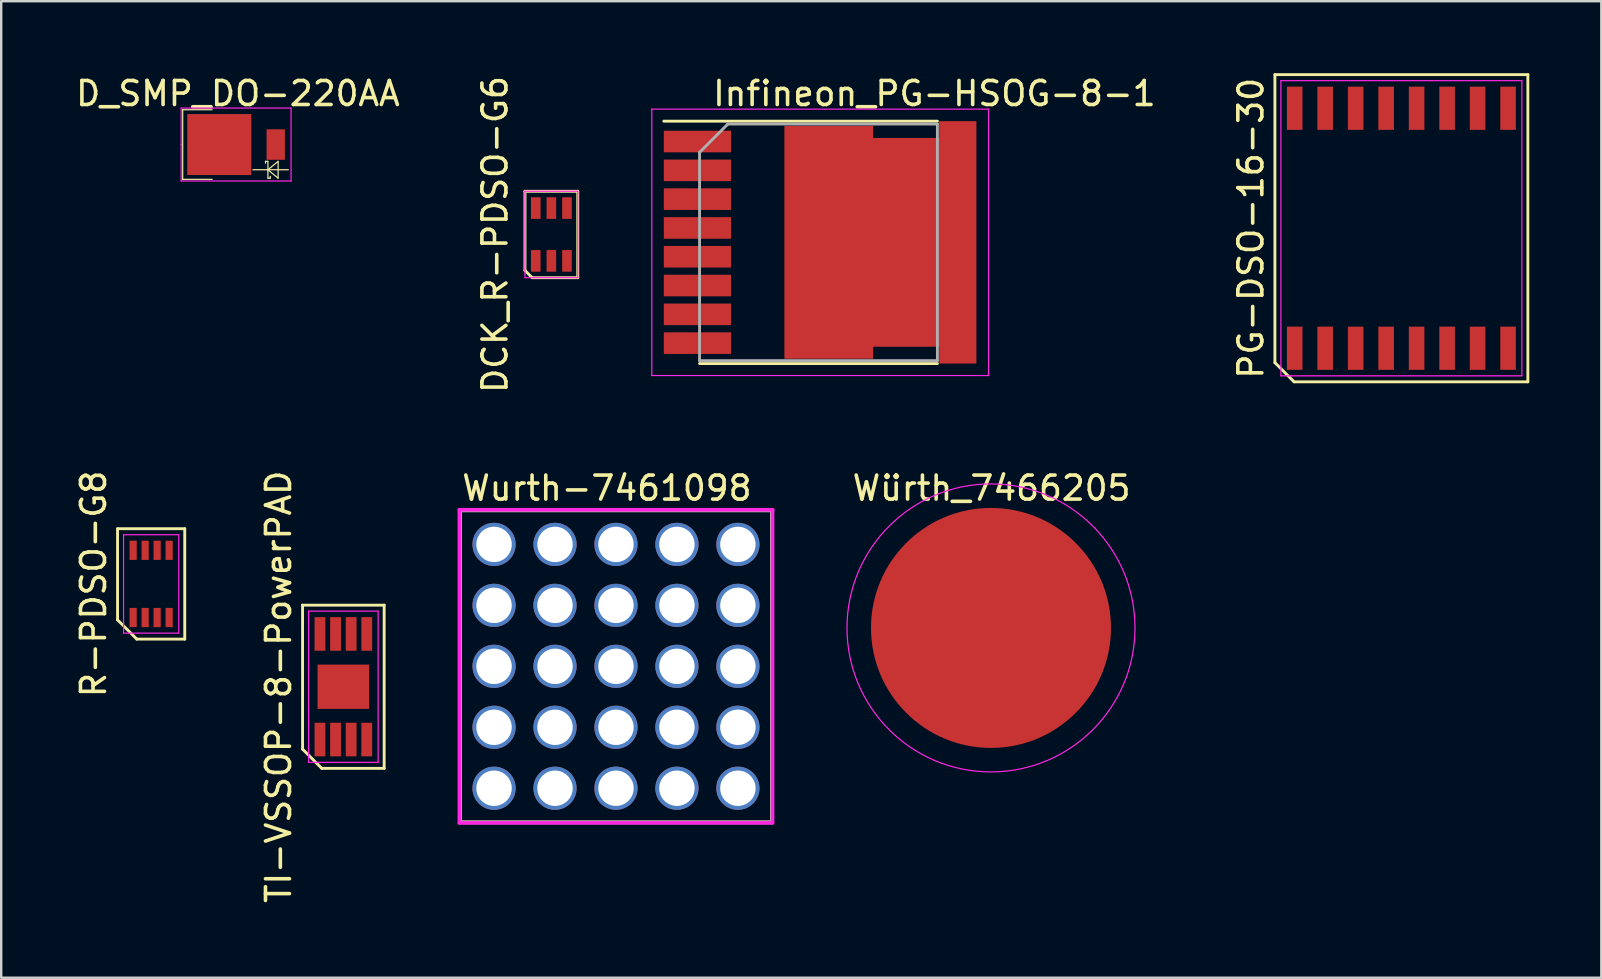
<source format=kicad_pcb>
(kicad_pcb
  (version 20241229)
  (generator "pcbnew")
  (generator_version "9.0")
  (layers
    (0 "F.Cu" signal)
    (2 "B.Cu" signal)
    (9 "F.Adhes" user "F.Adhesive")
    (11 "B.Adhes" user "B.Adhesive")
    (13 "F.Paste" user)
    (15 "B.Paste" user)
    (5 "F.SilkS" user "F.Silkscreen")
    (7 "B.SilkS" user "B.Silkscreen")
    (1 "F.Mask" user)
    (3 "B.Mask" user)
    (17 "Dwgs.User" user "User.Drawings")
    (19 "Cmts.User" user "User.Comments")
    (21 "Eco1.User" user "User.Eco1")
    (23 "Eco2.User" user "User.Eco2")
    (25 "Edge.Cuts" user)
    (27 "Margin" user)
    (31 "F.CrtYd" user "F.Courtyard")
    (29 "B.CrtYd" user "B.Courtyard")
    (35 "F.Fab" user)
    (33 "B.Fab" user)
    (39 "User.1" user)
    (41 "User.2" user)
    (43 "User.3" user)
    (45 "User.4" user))
  (footprint "R-PDSO-G8"
    (layer "F.Cu")
    (at 3.248 21.28)
    (property "Reference" "R-PDSO-G8" (at -2.4 0 90) (layer "F.SilkS") (effects (font (size 1 1) (thickness 0.15))))
    (attr smd)
    (fp_line (start -1.4 -2.3) (end 1.4 -2.3) (stroke (width 0.12) (type solid)) (layer "F.SilkS"))
    (fp_line (start -1.4 1.5) (end -1.4 -2.3) (stroke (width 0.12) (type solid)) (layer "F.SilkS"))
    (fp_line (start -0.6 2.3) (end -1.4 1.5) (stroke (width 0.12) (type solid)) (layer "F.SilkS"))
    (fp_line (start 1.4 -2.3) (end 1.4 2.3) (stroke (width 0.12) (type solid)) (layer "F.SilkS"))
    (fp_line (start 1.4 2.3) (end -0.6 2.3) (stroke (width 0.12) (type solid)) (layer "F.SilkS"))
    (fp_line (start -1.15 -2.05) (end 1.15 -2.05) (stroke (width 0.05) (type solid)) (layer "F.CrtYd"))
    (fp_line (start -1.15 2.05) (end -1.15 -2.05) (stroke (width 0.05) (type solid)) (layer "F.CrtYd"))
    (fp_line (start 1.15 -2.05) (end 1.15 2.05) (stroke (width 0.05) (type solid)) (layer "F.CrtYd"))
    (fp_line (start 1.15 2.05) (end -1.15 2.05) (stroke (width 0.05) (type solid)) (layer "F.CrtYd"))
    (pad "1" smd rect (at -0.75 1.4) (size 0.3 0.8) (layers "F.Cu" "F.Mask" "F.Paste"))
    (pad "2" smd rect (at -0.25 1.4) (size 0.3 0.8) (layers "F.Cu" "F.Mask" "F.Paste"))
    (pad "3" smd rect (at 0.25 1.4) (size 0.3 0.8) (layers "F.Cu" "F.Mask" "F.Paste"))
    (pad "4" smd rect (at 0.75 1.4) (size 0.3 0.8) (layers "F.Cu" "F.Mask" "F.Paste"))
    (pad "5" smd rect (at 0.75 -1.4) (size 0.3 0.8) (layers "F.Cu" "F.Mask" "F.Paste"))
    (pad "6" smd rect (at 0.25 -1.4) (size 0.3 0.8) (layers "F.Cu" "F.Mask" "F.Paste"))
    (pad "7" smd rect (at -0.25 -1.4) (size 0.3 0.8) (layers "F.Cu" "F.Mask" "F.Paste"))
    (pad "8" smd rect (at -0.75 -1.4) (size 0.3 0.8) (layers "F.Cu" "F.Mask" "F.Paste")))
  (footprint "D_SMP_DO-220AA"
    (layer "F.Cu")
    (at 6.088 2.973)
    (property "Reference" "D_SMP_DO-220AA" (at 0.775 -2.125 0) (layer "F.SilkS") (effects (font (size 1 1) (thickness 0.15))))
    (attr through_hole)
    (fp_line (start -1.525 -1.45) (end -1.525 1.45) (stroke (width 0.05) (type solid)) (layer "F.SilkS"))
    (fp_line (start -1.525 1.45) (end -0.3 1.45) (stroke (width 0.05) (type solid)) (layer "F.SilkS"))
    (fp_line (start -0.3 -1.45) (end -1.525 -1.45) (stroke (width 0.05) (type solid)) (layer "F.SilkS"))
    (fp_line (start 1.925 0.7) (end 1.925 0.775) (stroke (width 0.05) (type solid)) (layer "F.SilkS"))
    (fp_line (start 2.025 0.7) (end 1.925 0.7) (stroke (width 0.05) (type solid)) (layer "F.SilkS"))
    (fp_line (start 2.025 1.05) (end 2.025 0.7) (stroke (width 0.05) (type solid)) (layer "F.SilkS"))
    (fp_line (start 2.025 1.05) (end 2.025 1.4) (stroke (width 0.05) (type solid)) (layer "F.SilkS"))
    (fp_line (start 2.025 1.05) (end 2.45 0.7) (stroke (width 0.05) (type solid)) (layer "F.SilkS"))
    (fp_line (start 2.025 1.4) (end 2.125 1.4) (stroke (width 0.05) (type solid)) (layer "F.SilkS"))
    (fp_line (start 2.125 1.4) (end 2.125 1.325) (stroke (width 0.05) (type solid)) (layer "F.SilkS"))
    (fp_line (start 2.45 0.7) (end 2.45 1.4) (stroke (width 0.05) (type solid)) (layer "F.SilkS"))
    (fp_line (start 2.45 1.4) (end 2.025 1.05) (stroke (width 0.05) (type solid)) (layer "F.SilkS"))
    (fp_line (start 2.875 1.05) (end 1.4 1.05) (stroke (width 0.05) (type solid)) (layer "F.SilkS"))
    (fp_line (start -1.59 -1.52) (end -1.59 0) (stroke (width 0.05) (type solid)) (layer "F.CrtYd"))
    (fp_line (start -1.59 0) (end -1.59 1.52) (stroke (width 0.05) (type solid)) (layer "F.CrtYd"))
    (fp_line (start -1.59 1.52) (end 2.99 1.52) (stroke (width 0.05) (type solid)) (layer "F.CrtYd"))
    (fp_line (start 2.99 -1.52) (end -1.59 -1.52) (stroke (width 0.05) (type solid)) (layer "F.CrtYd"))
    (fp_line (start 2.99 1.52) (end 2.99 -1.52) (stroke (width 0.05) (type solid)) (layer "F.CrtYd"))
    (pad "1" smd rect (at 0 0) (size 2.67 2.54) (layers "F.Cu" "F.Mask" "F.Paste"))
    (pad "2" smd rect (at 2.351 0) (size 0.762 1.27) (layers "F.Cu" "F.Mask" "F.Paste")))
  (footprint "Würth_7466205"
    (layer "F.Cu")
    (at 38.242 23.114)
    (property "Reference" "Würth_7466205" (at 0.025 -5.825 0) (layer "F.SilkS") (effects (font (size 1 1) (thickness 0.15))))
    (attr through_hole)
    (fp_poly (pts (xy -4.9 -0.5) (xy -4.85 -0.775) (xy -4.775 -1.125) (xy -4.675 -1.475) (xy -4.575 -1.775) (xy -4.475 -2.025) (xy -4.35 -2.25) (xy -4.1 -2.65) (xy -3.975 -2.825) (xy -3.7 -3.2) (xy -3.2 -3.7) (xy -2.975 -3.875) (xy -2.775 -4.025) (xy -2.575 -4.15) (xy -2.35 -4.275) (xy -2.1 -4.4) (xy -1.825 -4.525) (xy -1.475 -4.65) (xy -1.15 -4.75) (xy -0.825 -4.825) (xy -0.5 -4.875) (xy -0.5 -0.5) (xy -4.9 -0.5)) (stroke (width 0.1) (type solid)) (fill yes) (layer "F.Paste"))
    (fp_poly (pts (xy -0.5 4.9) (xy -0.775 4.85) (xy -1.125 4.775) (xy -1.475 4.675) (xy -1.775 4.575) (xy -2.025 4.475) (xy -2.25 4.35) (xy -2.65 4.1) (xy -2.825 3.975) (xy -3.2 3.7) (xy -3.7 3.2) (xy -3.875 2.975) (xy -4.025 2.775) (xy -4.15 2.575) (xy -4.275 2.35) (xy -4.4 2.1) (xy -4.525 1.825) (xy -4.65 1.475) (xy -4.75 1.15) (xy -4.825 0.825) (xy -4.875 0.5) (xy -0.5 0.5) (xy -0.5 4.9)) (stroke (width 0.1) (type solid)) (fill yes) (layer "F.Paste"))
    (fp_poly (pts (xy 0.5 -4.9) (xy 0.775 -4.85) (xy 1.125 -4.775) (xy 1.475 -4.675) (xy 1.775 -4.575) (xy 2.025 -4.475) (xy 2.25 -4.35) (xy 2.65 -4.1) (xy 2.825 -3.975) (xy 3.2 -3.7) (xy 3.7 -3.2) (xy 3.875 -2.975) (xy 4.025 -2.775) (xy 4.15 -2.575) (xy 4.275 -2.35) (xy 4.4 -2.1) (xy 4.525 -1.825) (xy 4.65 -1.475) (xy 4.75 -1.15) (xy 4.825 -0.825) (xy 4.875 -0.5) (xy 0.5 -0.5) (xy 0.5 -4.9)) (stroke (width 0.1) (type solid)) (fill yes) (layer "F.Paste"))
    (fp_poly (pts (xy 4.9 0.5) (xy 4.85 0.775) (xy 4.775 1.125) (xy 4.675 1.475) (xy 4.575 1.775) (xy 4.475 2.025) (xy 4.35 2.25) (xy 4.1 2.65) (xy 3.975 2.825) (xy 3.7 3.2) (xy 3.2 3.7) (xy 2.975 3.875) (xy 2.775 4.025) (xy 2.575 4.15) (xy 2.35 4.275) (xy 2.1 4.4) (xy 1.825 4.525) (xy 1.475 4.65) (xy 1.15 4.75) (xy 0.825 4.825) (xy 0.5 4.875) (xy 0.5 0.5) (xy 4.9 0.5)) (stroke (width 0.1) (type solid)) (fill yes) (layer "F.Paste"))
    (fp_circle (center 0 0) (end 6 0) (stroke (width 0.05) (type solid)) (fill no) (layer "F.CrtYd"))
    (pad "1" connect circle (at 0 0) (size 10 10) (layers "F.Cu" "F.Mask")))
  (footprint "PG-DSO-16-30"
    (layer "F.Cu")
    (at 55.342 6.46)
    (property "Reference" "PG-DSO-16-30" (at -6.27 0 90) (layer "F.SilkS") (effects (font (size 1 1) (thickness 0.15))))
    (attr smd)
    (fp_line (start -5.27 -6.4) (end 5.27 -6.4) (stroke (width 0.12) (type solid)) (layer "F.SilkS"))
    (fp_line (start -5.27 5.6) (end -5.27 -6.4) (stroke (width 0.12) (type solid)) (layer "F.SilkS"))
    (fp_line (start -4.47 6.4) (end -5.27 5.6) (stroke (width 0.12) (type solid)) (layer "F.SilkS"))
    (fp_line (start 5.27 -6.4) (end 5.27 6.4) (stroke (width 0.12) (type solid)) (layer "F.SilkS"))
    (fp_line (start 5.27 6.4) (end -4.47 6.4) (stroke (width 0.12) (type solid)) (layer "F.SilkS"))
    (fp_line (start -5.02 -6.15) (end 5.02 -6.15) (stroke (width 0.05) (type solid)) (layer "F.CrtYd"))
    (fp_line (start -5.02 6.15) (end -5.02 -6.15) (stroke (width 0.05) (type solid)) (layer "F.CrtYd"))
    (fp_line (start 5.02 -6.15) (end 5.02 6.15) (stroke (width 0.05) (type solid)) (layer "F.CrtYd"))
    (fp_line (start 5.02 6.15) (end -5.02 6.15) (stroke (width 0.05) (type solid)) (layer "F.CrtYd"))
    (pad "1" smd rect (at -4.445 5) (size 0.65 1.8) (layers "F.Cu" "F.Mask" "F.Paste"))
    (pad "2" smd rect (at -3.175 5) (size 0.65 1.8) (layers "F.Cu" "F.Mask" "F.Paste"))
    (pad "3" smd rect (at -1.905 5) (size 0.65 1.8) (layers "F.Cu" "F.Mask" "F.Paste"))
    (pad "4" smd rect (at -0.635 5) (size 0.65 1.8) (layers "F.Cu" "F.Mask" "F.Paste"))
    (pad "5" smd rect (at 0.635 5) (size 0.65 1.8) (layers "F.Cu" "F.Mask" "F.Paste"))
    (pad "6" smd rect (at 1.905 5) (size 0.65 1.8) (layers "F.Cu" "F.Mask" "F.Paste"))
    (pad "7" smd rect (at 3.175 5) (size 0.65 1.8) (layers "F.Cu" "F.Mask" "F.Paste"))
    (pad "8" smd rect (at 4.445 5) (size 0.65 1.8) (layers "F.Cu" "F.Mask" "F.Paste"))
    (pad "9" smd rect (at 4.445 -5) (size 0.65 1.8) (layers "F.Cu" "F.Mask" "F.Paste"))
    (pad "10" smd rect (at 3.175 -5) (size 0.65 1.8) (layers "F.Cu" "F.Mask" "F.Paste"))
    (pad "11" smd rect (at 1.905 -5) (size 0.65 1.8) (layers "F.Cu" "F.Mask" "F.Paste"))
    (pad "12" smd rect (at 0.635 -5) (size 0.65 1.8) (layers "F.Cu" "F.Mask" "F.Paste"))
    (pad "13" smd rect (at -0.635 -5) (size 0.65 1.8) (layers "F.Cu" "F.Mask" "F.Paste"))
    (pad "14" smd rect (at -1.905 -5) (size 0.65 1.8) (layers "F.Cu" "F.Mask" "F.Paste"))
    (pad "15" smd rect (at -3.175 -5) (size 0.65 1.8) (layers "F.Cu" "F.Mask" "F.Paste"))
    (pad "16" smd rect (at -4.445 -5) (size 0.65 1.8) (layers "F.Cu" "F.Mask" "F.Paste")))
  (footprint "TI-VSSOP-8-PowerPAD"
    (layer "F.Cu")
    (at 11.257 25.565)
    (property "Reference" "TI-VSSOP-8-PowerPAD" (at -2.7 0 90) (layer "F.SilkS") (effects (font (size 1 1) (thickness 0.15))))
    (attr smd)
    (fp_line (start -1.7 -3.4) (end 1.7 -3.4) (stroke (width 0.12) (type solid)) (layer "F.SilkS"))
    (fp_line (start -1.7 2.6) (end -1.7 -3.4) (stroke (width 0.12) (type solid)) (layer "F.SilkS"))
    (fp_line (start -0.9 3.4) (end -1.7 2.6) (stroke (width 0.12) (type solid)) (layer "F.SilkS"))
    (fp_line (start 1.7 -3.4) (end 1.7 3.4) (stroke (width 0.12) (type solid)) (layer "F.SilkS"))
    (fp_line (start 1.7 3.4) (end -0.9 3.4) (stroke (width 0.12) (type solid)) (layer "F.SilkS"))
    (fp_line (start -1.45 -3.15) (end 1.45 -3.15) (stroke (width 0.05) (type solid)) (layer "F.CrtYd"))
    (fp_line (start -1.45 3.15) (end -1.45 -3.15) (stroke (width 0.05) (type solid)) (layer "F.CrtYd"))
    (fp_line (start 1.45 -3.15) (end 1.45 3.15) (stroke (width 0.05) (type solid)) (layer "F.CrtYd"))
    (fp_line (start 1.45 3.15) (end -1.45 3.15) (stroke (width 0.05) (type solid)) (layer "F.CrtYd"))
    (pad "1" smd rect (at -0.975 2.2) (size 0.45 1.4) (layers "F.Cu" "F.Mask" "F.Paste"))
    (pad "2" smd rect (at -0.325 2.2) (size 0.45 1.4) (layers "F.Cu" "F.Mask" "F.Paste"))
    (pad "3" smd rect (at 0.325 2.2) (size 0.45 1.4) (layers "F.Cu" "F.Mask" "F.Paste"))
    (pad "4" smd rect (at 0.975 2.2) (size 0.45 1.4) (layers "F.Cu" "F.Mask" "F.Paste"))
    (pad "5" smd rect (at 0.975 -2.2) (size 0.45 1.4) (layers "F.Cu" "F.Mask" "F.Paste"))
    (pad "6" smd rect (at 0.325 -2.2) (size 0.45 1.4) (layers "F.Cu" "F.Mask" "F.Paste"))
    (pad "7" smd rect (at -0.325 -2.2) (size 0.45 1.4) (layers "F.Cu" "F.Mask" "F.Paste"))
    (pad "8" smd rect (at -0.975 -2.2) (size 0.45 1.4) (layers "F.Cu" "F.Mask" "F.Paste"))
    (pad "9" smd rect (at 0 0) (size 2.15 1.846) (layers "F.Cu" "F.Mask" "F.Paste")))
  (footprint "Infineon_PG-HSOG-8-1"
    (layer "F.Cu")
    (at 31.009 7.048)
    (property "Reference" "Infineon_PG-HSOG-8-1" (at 4.875 -6.2 180) (layer "F.SilkS") (effects (font (size 1 1) (thickness 0.15))))
    (attr through_hole)
    (fp_line (start -6.4 -5.05) (end 5 -5.05) (stroke (width 0.12) (type solid)) (layer "F.SilkS"))
    (fp_line (start -4.91 5.05) (end 5 5.05) (stroke (width 0.12) (type solid)) (layer "F.SilkS"))
    (fp_line (start -6.9 -5.55) (end -6.9 5.55) (stroke (width 0.05) (type solid)) (layer "F.CrtYd"))
    (fp_line (start -6.9 -5.55) (end 7.13 -5.55) (stroke (width 0.05) (type solid)) (layer "F.CrtYd"))
    (fp_line (start -6.9 5.55) (end 7.13 5.55) (stroke (width 0.05) (type solid)) (layer "F.CrtYd"))
    (fp_line (start 7.13 5.55) (end 7.13 -5.55) (stroke (width 0.05) (type solid)) (layer "F.CrtYd"))
    (fp_line (start -4.91 -3.75) (end -3.73 -4.93) (stroke (width 0.12) (type solid)) (layer "F.Fab"))
    (fp_line (start -4.91 4.93) (end -4.91 -3.75) (stroke (width 0.12) (type solid)) (layer "F.Fab"))
    (fp_line (start -3.73 -4.93) (end 5 -4.93) (stroke (width 0.12) (type solid)) (layer "F.Fab"))
    (fp_line (start 5 -4.93) (end 5 4.93) (stroke (width 0.12) (type solid)) (layer "F.Fab"))
    (fp_line (start 5 4.93) (end -4.91 4.93) (stroke (width 0.12) (type solid)) (layer "F.Fab"))
    (pad "" smd rect (at -5 -4.2) (size 2.7 0.8) (layers "F.Paste"))
    (pad "" smd rect (at -5 -3) (size 2.7 0.8) (layers "F.Paste"))
    (pad "" smd rect (at -5 -1.8) (size 2.7 0.8) (layers "F.Paste"))
    (pad "" smd rect (at -5 -0.6) (size 2.7 0.8) (layers "F.Paste"))
    (pad "" smd rect (at -5 0.6) (size 2.7 0.8) (layers "F.Paste"))
    (pad "" smd rect (at -5 1.8) (size 2.7 0.8) (layers "F.Paste"))
    (pad "" smd rect (at -5 3) (size 2.7 0.8) (layers "F.Paste"))
    (pad "" smd rect (at -5 4.2) (size 2.7 0.8) (layers "F.Paste"))
    (pad "" smd custom (at -0.688 -2.5) (size 0.85 4.5) (layers "F.Paste") (options (anchor rect)) (primitives))
    (pad "" smd custom (at -0.688 2.5) (size 0.85 4.5) (layers "F.Paste") (options (anchor rect)) (primitives))
    (pad "" smd custom (at 0.988 -2.5) (size 1.1 4.5) (layers "F.Paste") (options (anchor rect)) (primitives))
    (pad "" smd custom (at 0.988 2.5) (size 1.1 4.5) (layers "F.Paste") (options (anchor rect)) (primitives))
    (pad "" smd custom (at 2.788 -2.25) (size 1.1 4) (layers "F.Paste") (options (anchor rect)) (primitives))
    (pad "" smd custom (at 2.788 2.25) (size 1.1 4) (layers "F.Paste") (options (anchor rect)) (primitives))
    (pad "" smd custom (at 4.588 -2.25) (size 1.1 4) (layers "F.Paste") (options (anchor rect)) (primitives))
    (pad "" smd custom (at 4.588 2.25) (size 1.1 4) (layers "F.Paste") (options (anchor rect)) (primitives))
    (pad "" smd custom (at 6.1 -2.5) (size 0.85 4.5) (layers "F.Paste") (options (anchor rect)) (primitives))
    (pad "" smd custom (at 6.1 2.5) (size 0.85 4.5) (layers "F.Paste") (options (anchor rect)) (primitives))
    (pad "1" smd rect (at -5 -4.2) (size 2.8 0.9) (layers "F.Cu" "F.Mask"))
    (pad "2" smd rect (at -5 -3) (size 2.8 0.9) (layers "F.Cu" "F.Mask"))
    (pad "3" smd rect (at -5 -1.8) (size 2.8 0.9) (layers "F.Cu" "F.Mask"))
    (pad "4" smd rect (at -5 -0.6) (size 2.8 0.9) (layers "F.Cu" "F.Mask"))
    (pad "5" smd rect (at -5 0.6) (size 2.8 0.9) (layers "F.Cu" "F.Mask"))
    (pad "6" smd rect (at -5 1.8) (size 2.8 0.9) (layers "F.Cu" "F.Mask"))
    (pad "7" smd rect (at -5 3) (size 2.8 0.9) (layers "F.Cu" "F.Mask"))
    (pad "8" smd rect (at -5 4.2) (size 2.8 0.9) (layers "F.Cu" "F.Mask"))
    (pad "Tab" smd custom (at 3.7 0) (size 2.75 8.7) (layers "F.Cu" "F.Mask") (options (anchor rect)) (primitives (gr_poly (pts (xy 1.375 -5.05) (xy 2.925 -5.05) (xy 2.925 5.05) (xy 1.375 5.05)) (width 0) (fill yes)) (gr_poly (pts (xy -1.375 4.85) (xy -1.375 -4.85) (xy -5.075 -4.85) (xy -5.075 4.85)) (width 0) (fill yes)))))
  (footprint "DCK_R-PDSO-G6"
    (layer "F.Cu")
    (at 19.924 6.72)
    (property "Reference" "DCK_R-PDSO-G6" (at -2.35 0 90) (layer "F.SilkS") (effects (font (size 1 1) (thickness 0.15))))
    (attr smd)
    (fp_line (start -1.1 -1.8) (end 1.1 -1.8) (stroke (width 0.12) (type solid)) (layer "F.SilkS"))
    (fp_line (start -1.1 1.5) (end -1.1 -1.8) (stroke (width 0.12) (type solid)) (layer "F.SilkS"))
    (fp_line (start -0.8 1.8) (end -1.1 1.5) (stroke (width 0.12) (type solid)) (layer "F.SilkS"))
    (fp_line (start 1.1 -1.8) (end 1.1 1.8) (stroke (width 0.12) (type solid)) (layer "F.SilkS"))
    (fp_line (start 1.1 1.8) (end -0.8 1.8) (stroke (width 0.12) (type solid)) (layer "F.SilkS"))
    (fp_line (start -1.1 -1.8) (end 1.1 -1.8) (stroke (width 0.05) (type solid)) (layer "F.CrtYd"))
    (fp_line (start -1.1 1.8) (end -1.1 -1.8) (stroke (width 0.05) (type solid)) (layer "F.CrtYd"))
    (fp_line (start 1.1 -1.8) (end 1.1 1.8) (stroke (width 0.05) (type solid)) (layer "F.CrtYd"))
    (fp_line (start 1.1 1.8) (end -1.1 1.8) (stroke (width 0.05) (type solid)) (layer "F.CrtYd"))
    (pad "1" smd rect (at -0.65 1.1) (size 0.4 0.9) (layers "F.Cu" "F.Mask" "F.Paste"))
    (pad "2" smd rect (at 0 1.1) (size 0.4 0.9) (layers "F.Cu" "F.Mask" "F.Paste"))
    (pad "3" smd rect (at 0.65 1.1) (size 0.4 0.9) (layers "F.Cu" "F.Mask" "F.Paste"))
    (pad "4" smd rect (at 0.65 -1.1) (size 0.4 0.9) (layers "F.Cu" "F.Mask" "F.Paste"))
    (pad "5" smd rect (at 0 -1.1) (size 0.4 0.9) (layers "F.Cu" "F.Mask" "F.Paste"))
    (pad "6" smd rect (at -0.65 -1.1) (size 0.4 0.9) (layers "F.Cu" "F.Mask" "F.Paste")))
  (footprint "Wurth-7461098"
    (layer "F.Cu")
    (at 22.616 24.714)
    (property "Reference" "Wurth-7461098" (at -6.5 -7.425 0) (layer "F.SilkS") (effects (font (size 1 1) (thickness 0.15)) (justify left)))
    (attr through_hole)
    (fp_line (start -6.5 -6.5) (end 6.5 -6.5) (stroke (width 0.15) (type solid)) (layer "F.SilkS"))
    (fp_line (start -6.5 6.5) (end -6.5 -6.5) (stroke (width 0.15) (type solid)) (layer "F.SilkS"))
    (fp_line (start -6.5 6.5) (end 6.5 6.5) (stroke (width 0.15) (type solid)) (layer "F.SilkS"))
    (fp_line (start 6.5 6.5) (end 6.5 -6.5) (stroke (width 0.15) (type solid)) (layer "F.SilkS"))
    (fp_line (start -6.525 -6.525) (end -6.525 6.525) (stroke (width 0.15) (type solid)) (layer "F.CrtYd"))
    (fp_line (start -6.525 6.525) (end 6.525 6.525) (stroke (width 0.15) (type solid)) (layer "F.CrtYd"))
    (fp_line (start 6.525 -6.525) (end -6.525 -6.525) (stroke (width 0.15) (type solid)) (layer "F.CrtYd"))
    (fp_line (start 6.525 -6.525) (end 6.525 -6.525) (stroke (width 0.15) (type solid)) (layer "F.CrtYd"))
    (fp_line (start 6.525 6.525) (end 6.525 -6.525) (stroke (width 0.15) (type solid)) (layer "F.CrtYd"))
    (fp_line (start -6.5 -6.5) (end 6.5 -6.5) (stroke (width 0.15) (type solid)) (layer "F.Fab"))
    (fp_line (start -6.5 6.5) (end -6.5 -6.5) (stroke (width 0.15) (type solid)) (layer "F.Fab"))
    (fp_line (start 6.5 -6.5) (end 6.5 6.5) (stroke (width 0.15) (type solid)) (layer "F.Fab"))
    (fp_line (start 6.5 6.5) (end -6.5 6.5) (stroke (width 0.15) (type solid)) (layer "F.Fab"))
    (pad "1" thru_hole circle (at -5.08 -5.08) (size 1.8 1.8) (drill 1.475) (layers "*.Cu"))
    (pad "1" thru_hole circle (at -5.08 -2.54) (size 1.8 1.8) (drill 1.475) (layers "*.Cu"))
    (pad "1" thru_hole circle (at -5.08 0) (size 1.8 1.8) (drill 1.475) (layers "*.Cu"))
    (pad "1" thru_hole circle (at -5.08 2.54) (size 1.8 1.8) (drill 1.475) (layers "*.Cu"))
    (pad "1" thru_hole circle (at -5.08 5.08) (size 1.8 1.8) (drill 1.475) (layers "*.Cu"))
    (pad "1" thru_hole circle (at -2.54 -5.08) (size 1.8 1.8) (drill 1.475) (layers "*.Cu"))
    (pad "1" thru_hole circle (at -2.54 -2.54) (size 1.8 1.8) (drill 1.475) (layers "*.Cu"))
    (pad "1" thru_hole circle (at -2.54 0) (size 1.8 1.8) (drill 1.475) (layers "*.Cu"))
    (pad "1" thru_hole circle (at -2.54 2.54) (size 1.8 1.8) (drill 1.475) (layers "*.Cu"))
    (pad "1" thru_hole circle (at -2.54 5.08) (size 1.8 1.8) (drill 1.475) (layers "*.Cu"))
    (pad "1" thru_hole circle (at 0 -5.08) (size 1.8 1.8) (drill 1.475) (layers "*.Cu"))
    (pad "1" thru_hole circle (at 0 -2.54) (size 1.8 1.8) (drill 1.475) (layers "*.Cu"))
    (pad "1" thru_hole circle (at 0 0) (size 1.8 1.8) (drill 1.475) (layers "*.Cu"))
    (pad "1" thru_hole circle (at 0 2.54) (size 1.8 1.8) (drill 1.475) (layers "*.Cu"))
    (pad "1" thru_hole circle (at 0 5.08) (size 1.8 1.8) (drill 1.475) (layers "*.Cu"))
    (pad "1" thru_hole circle (at 2.54 -5.08) (size 1.8 1.8) (drill 1.475) (layers "*.Cu"))
    (pad "1" thru_hole circle (at 2.54 -2.54) (size 1.8 1.8) (drill 1.475) (layers "*.Cu"))
    (pad "1" thru_hole circle (at 2.54 0) (size 1.8 1.8) (drill 1.475) (layers "*.Cu"))
    (pad "1" thru_hole circle (at 2.54 2.54) (size 1.8 1.8) (drill 1.475) (layers "*.Cu"))
    (pad "1" thru_hole circle (at 2.54 5.08) (size 1.8 1.8) (drill 1.475) (layers "*.Cu"))
    (pad "1" thru_hole circle (at 5.08 -5.08) (size 1.8 1.8) (drill 1.475) (layers "*.Cu"))
    (pad "1" thru_hole circle (at 5.08 -2.54) (size 1.8 1.8) (drill 1.475) (layers "*.Cu"))
    (pad "1" thru_hole circle (at 5.08 0) (size 1.8 1.8) (drill 1.475) (layers "*.Cu"))
    (pad "1" thru_hole circle (at 5.08 2.54) (size 1.8 1.8) (drill 1.475) (layers "*.Cu"))
    (pad "1" thru_hole circle (at 5.08 5.08) (size 1.8 1.8) (drill 1.475) (layers "*.Cu")))
  (gr_rect
    (start -3 -3)
    (end 63.672 37.69)
    (stroke (width 0.1) (type default))
    (fill no)
    (layer "Edge.Cuts")))
</source>
